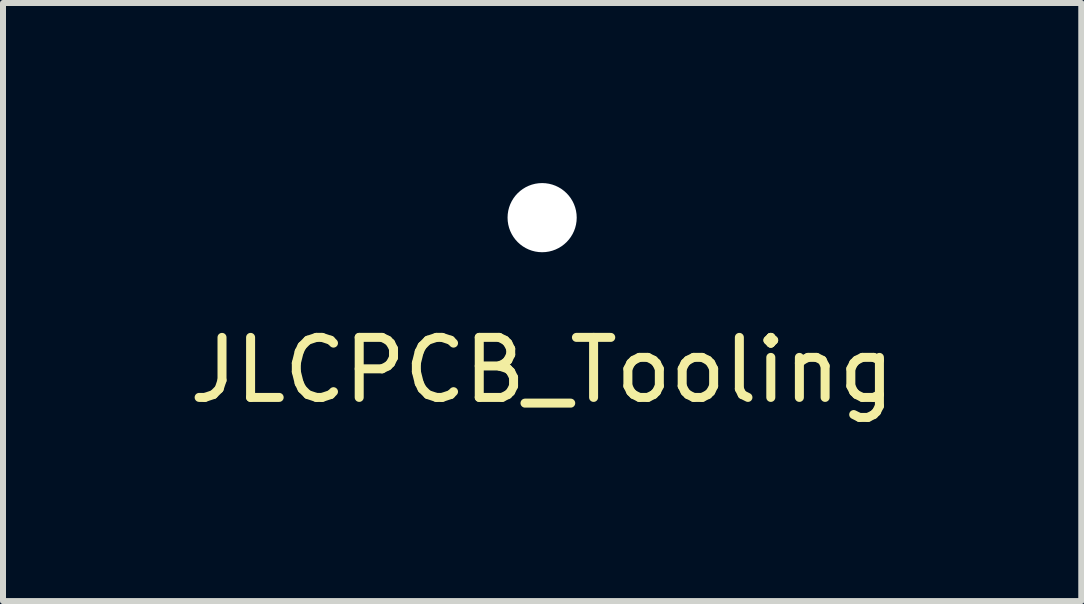
<source format=kicad_pcb>
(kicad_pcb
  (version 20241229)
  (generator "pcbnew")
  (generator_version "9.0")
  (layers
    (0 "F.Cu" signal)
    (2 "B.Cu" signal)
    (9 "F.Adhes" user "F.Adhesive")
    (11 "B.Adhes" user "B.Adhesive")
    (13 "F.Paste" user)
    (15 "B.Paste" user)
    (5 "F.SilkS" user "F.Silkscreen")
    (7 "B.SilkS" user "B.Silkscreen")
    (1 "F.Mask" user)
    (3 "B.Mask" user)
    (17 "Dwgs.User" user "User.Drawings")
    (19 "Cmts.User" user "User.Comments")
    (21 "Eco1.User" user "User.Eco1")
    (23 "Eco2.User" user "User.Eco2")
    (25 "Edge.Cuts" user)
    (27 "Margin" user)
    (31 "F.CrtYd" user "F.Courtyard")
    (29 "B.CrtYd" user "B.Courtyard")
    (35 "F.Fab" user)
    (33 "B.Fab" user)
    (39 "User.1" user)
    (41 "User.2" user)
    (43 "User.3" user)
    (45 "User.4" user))
  (footprint "JLCPCB_Tooling"
    (layer "F.Cu")
    (at 5.982 0.576)
    (property "Reference" "JLCPCB_Tooling" (at 0 2.54 0) (layer "F.SilkS") (effects (font (size 1 1) (thickness 0.15))))
    (attr through_hole)
    (pad "" np_thru_hole circle (at 0 0) (size 1.152 1.152) (drill 1.152) (layers "*.Cu" "*.Mask")))
  (gr_rect
    (start -3 -3)
    (end 14.964 6.964)
    (stroke (width 0.1) (type default))
    (fill no)
    (layer "Edge.Cuts")))
</source>
